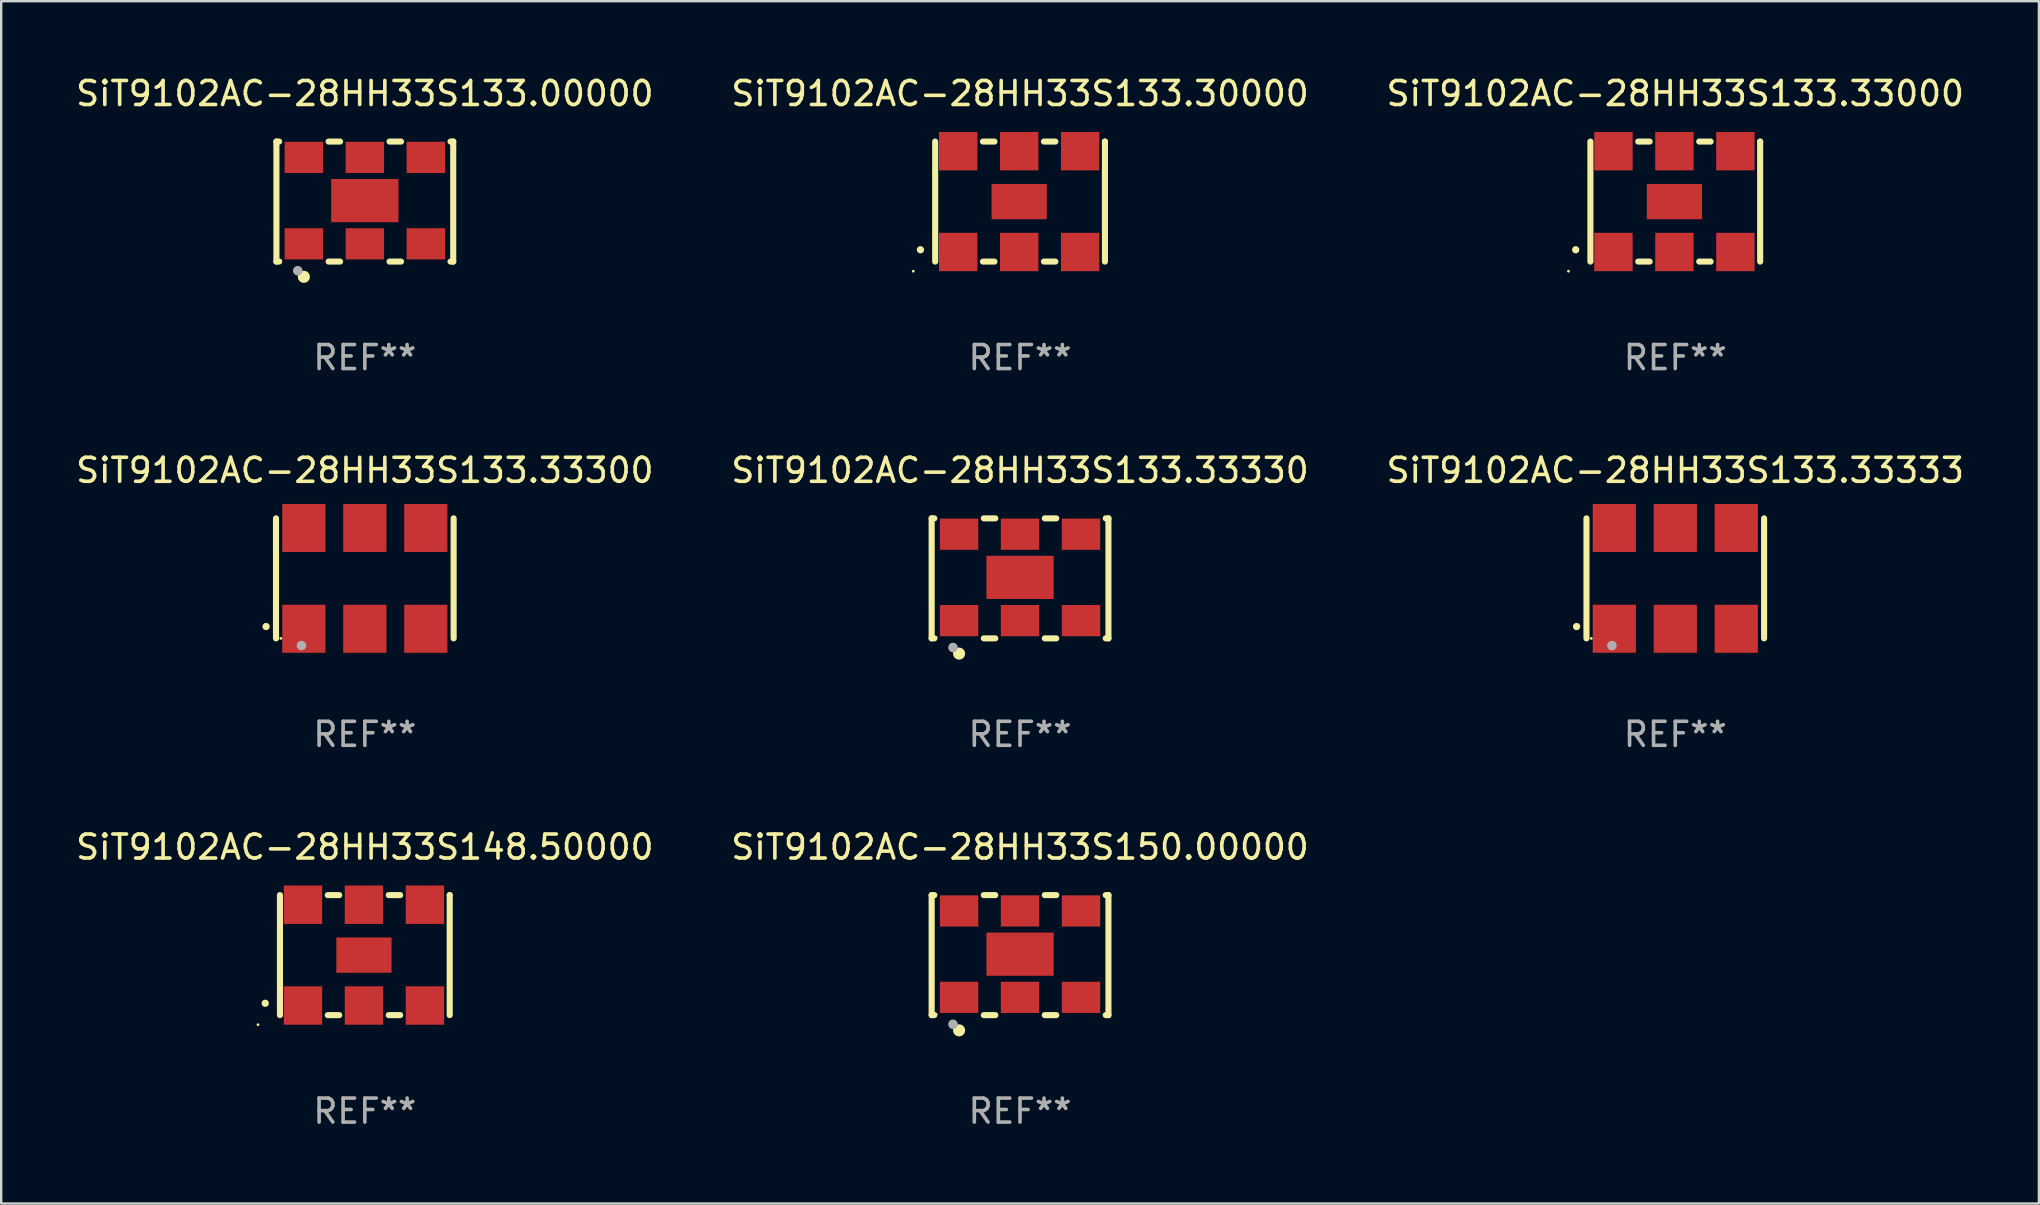
<source format=kicad_pcb>
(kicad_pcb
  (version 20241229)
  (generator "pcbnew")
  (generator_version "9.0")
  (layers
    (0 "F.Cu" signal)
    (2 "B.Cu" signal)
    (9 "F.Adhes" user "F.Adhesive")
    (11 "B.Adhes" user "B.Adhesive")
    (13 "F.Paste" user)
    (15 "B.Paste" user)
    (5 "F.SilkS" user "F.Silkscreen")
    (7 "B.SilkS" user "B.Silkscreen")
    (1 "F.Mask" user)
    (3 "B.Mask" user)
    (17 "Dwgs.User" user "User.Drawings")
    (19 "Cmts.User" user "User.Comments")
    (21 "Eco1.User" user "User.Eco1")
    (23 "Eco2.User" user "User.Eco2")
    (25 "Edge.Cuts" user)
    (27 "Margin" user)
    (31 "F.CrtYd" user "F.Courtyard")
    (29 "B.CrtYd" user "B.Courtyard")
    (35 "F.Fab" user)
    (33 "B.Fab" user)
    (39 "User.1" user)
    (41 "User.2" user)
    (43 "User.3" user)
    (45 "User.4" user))
  (footprint "SiT9102AC-28HH33S133.30000"
    (layer "F.Cu")
    (at 39.446 5.348)
    (property "Reference" "SiT9102AC-28HH33S133.30000" (at 0 -4.5 0) (layer "F.SilkS") (effects (font (size 1 1) (thickness 0.15))))
    (attr through_hole)
    (fp_line (start -3.536 -2.5) (end -3.536 2.5) (stroke (width 0.254) (type solid)) (layer "F.SilkS"))
    (fp_line (start -1.544 2.5) (end -1.067 2.5) (stroke (width 0.254) (type solid)) (layer "F.SilkS"))
    (fp_line (start -1.067 -2.5) (end -1.544 -2.5) (stroke (width 0.254) (type solid)) (layer "F.SilkS"))
    (fp_line (start 0.996 2.5) (end 1.473 2.5) (stroke (width 0.254) (type solid)) (layer "F.SilkS"))
    (fp_line (start 1.473 -2.5) (end 0.996 -2.5) (stroke (width 0.254) (type solid)) (layer "F.SilkS"))
    (fp_line (start 3.536 -2.5) (end 3.536 -2.5) (stroke (width 0.254) (type solid)) (layer "F.SilkS"))
    (fp_line (start 3.536 2.5) (end 3.536 -2.5) (stroke (width 0.254) (type solid)) (layer "F.SilkS"))
    (fp_arc (start -4.150432 2.006604) (mid -4.149162 2.006599) (end -4.147892 2.006604) (stroke (width 0.3) (type solid)) (layer "F.SilkS"))
    (fp_circle (center -4.449 2.9) (end -4.419 2.9) (stroke (width 0.06) (type solid)) (fill no) (layer "F.SilkS"))
    (fp_text user "REF**" (at 0 6.5 0) (layer "F.Fab") (effects (font (size 1 1) (thickness 0.15))))
    (pad "1" smd rect (at -2.576 2.1) (size 1.6 1.6) (layers "F.Cu" "F.Mask" "F.Paste"))
    (pad "2" smd rect (at -0.036 2.1) (size 1.6 1.6) (layers "F.Cu" "F.Mask" "F.Paste"))
    (pad "3" smd rect (at 2.504 2.1) (size 1.6 1.6) (layers "F.Cu" "F.Mask" "F.Paste"))
    (pad "4" smd rect (at 2.504 -2.1) (size 1.6 1.6) (layers "F.Cu" "F.Mask" "F.Paste"))
    (pad "5" smd rect (at -0.036 -2.1) (size 1.6 1.6) (layers "F.Cu" "F.Mask" "F.Paste"))
    (pad "6" smd rect (at -2.576 -2.1) (size 1.6 1.6) (layers "F.Cu" "F.Mask" "F.Paste"))
    (pad "7" smd rect (at -0.036 0) (size 2.3 1.47) (layers "F.Cu" "F.Mask" "F.Paste")))
  (footprint "SiT9102AC-28HH33S133.33300"
    (layer "F.Cu")
    (at 12.149 21.045)
    (property "Reference" "SiT9102AC-28HH33S133.33300" (at 0 -4.5 0) (layer "F.SilkS") (effects (font (size 1 1) (thickness 0.15))))
    (attr through_hole)
    (fp_line (start -3.7 -2.5) (end -3.7 2.5) (stroke (width 0.254) (type solid)) (layer "F.SilkS"))
    (fp_line (start 3.7 -2.5) (end 3.7 2.5) (stroke (width 0.254) (type solid)) (layer "F.SilkS"))
    (fp_arc (start -4.114415 2.006604) (mid -4.113145 2.006599) (end -4.111875 2.006604) (stroke (width 0.3) (type solid)) (layer "F.SilkS"))
    (fp_circle (center -3.5 2.501) (end -3.47 2.501) (stroke (width 0.06) (type solid)) (fill no) (layer "F.SilkS"))
    (fp_circle (center -2.641 2.799) (end -2.541 2.799) (stroke (width 0.2) (type solid)) (fill no) (layer "F.Fab"))
    (fp_text user "REF**" (at 0 6.5 0) (layer "F.Fab") (effects (font (size 1 1) (thickness 0.15))))
    (pad "1" smd rect (at -2.54 2.1) (size 1.8 2) (layers "F.Cu" "F.Mask" "F.Paste"))
    (pad "2" smd rect (at 0.000394 2.1) (size 1.8 2) (layers "F.Cu" "F.Mask" "F.Paste"))
    (pad "3" smd rect (at 2.54 2.1) (size 1.8 2) (layers "F.Cu" "F.Mask" "F.Paste"))
    (pad "4" smd rect (at 2.54 -2.1) (size 1.8 2) (layers "F.Cu" "F.Mask" "F.Paste"))
    (pad "5" smd rect (at 0.000394 -2.1) (size 1.8 2) (layers "F.Cu" "F.Mask" "F.Paste"))
    (pad "6" smd rect (at -2.54 -2.1) (size 1.8 2) (layers "F.Cu" "F.Mask" "F.Paste")))
  (footprint "SiT9102AC-28HH33S133.33000"
    (layer "F.Cu")
    (at 66.744 5.348)
    (property "Reference" "SiT9102AC-28HH33S133.33000" (at 0 -4.5 0) (layer "F.SilkS") (effects (font (size 1 1) (thickness 0.15))))
    (attr through_hole)
    (fp_line (start -3.536 -2.5) (end -3.536 2.5) (stroke (width 0.254) (type solid)) (layer "F.SilkS"))
    (fp_line (start -1.544 2.5) (end -1.067 2.5) (stroke (width 0.254) (type solid)) (layer "F.SilkS"))
    (fp_line (start -1.067 -2.5) (end -1.544 -2.5) (stroke (width 0.254) (type solid)) (layer "F.SilkS"))
    (fp_line (start 0.996 2.5) (end 1.473 2.5) (stroke (width 0.254) (type solid)) (layer "F.SilkS"))
    (fp_line (start 1.473 -2.5) (end 0.996 -2.5) (stroke (width 0.254) (type solid)) (layer "F.SilkS"))
    (fp_line (start 3.536 -2.5) (end 3.536 -2.5) (stroke (width 0.254) (type solid)) (layer "F.SilkS"))
    (fp_line (start 3.536 2.5) (end 3.536 -2.5) (stroke (width 0.254) (type solid)) (layer "F.SilkS"))
    (fp_arc (start -4.150432 2.006604) (mid -4.149162 2.006599) (end -4.147892 2.006604) (stroke (width 0.3) (type solid)) (layer "F.SilkS"))
    (fp_circle (center -4.449 2.9) (end -4.419 2.9) (stroke (width 0.06) (type solid)) (fill no) (layer "F.SilkS"))
    (fp_text user "REF**" (at 0 6.5 0) (layer "F.Fab") (effects (font (size 1 1) (thickness 0.15))))
    (pad "1" smd rect (at -2.576 2.1) (size 1.6 1.6) (layers "F.Cu" "F.Mask" "F.Paste"))
    (pad "2" smd rect (at -0.036 2.1) (size 1.6 1.6) (layers "F.Cu" "F.Mask" "F.Paste"))
    (pad "3" smd rect (at 2.504 2.1) (size 1.6 1.6) (layers "F.Cu" "F.Mask" "F.Paste"))
    (pad "4" smd rect (at 2.504 -2.1) (size 1.6 1.6) (layers "F.Cu" "F.Mask" "F.Paste"))
    (pad "5" smd rect (at -0.036 -2.1) (size 1.6 1.6) (layers "F.Cu" "F.Mask" "F.Paste"))
    (pad "6" smd rect (at -2.576 -2.1) (size 1.6 1.6) (layers "F.Cu" "F.Mask" "F.Paste"))
    (pad "7" smd rect (at -0.036 0) (size 2.3 1.47) (layers "F.Cu" "F.Mask" "F.Paste")))
  (footprint "SiT9102AC-28HH33S133.33333"
    (layer "F.Cu")
    (at 66.744 21.045)
    (property "Reference" "SiT9102AC-28HH33S133.33333" (at 0 -4.5 0) (layer "F.SilkS") (effects (font (size 1 1) (thickness 0.15))))
    (attr through_hole)
    (fp_line (start -3.7 -2.5) (end -3.7 2.5) (stroke (width 0.254) (type solid)) (layer "F.SilkS"))
    (fp_line (start 3.7 -2.5) (end 3.7 2.5) (stroke (width 0.254) (type solid)) (layer "F.SilkS"))
    (fp_arc (start -4.114415 2.006604) (mid -4.113145 2.006599) (end -4.111875 2.006604) (stroke (width 0.3) (type solid)) (layer "F.SilkS"))
    (fp_circle (center -3.5 2.501) (end -3.47 2.501) (stroke (width 0.06) (type solid)) (fill no) (layer "F.SilkS"))
    (fp_circle (center -2.641 2.799) (end -2.541 2.799) (stroke (width 0.2) (type solid)) (fill no) (layer "F.Fab"))
    (fp_text user "REF**" (at 0 6.5 0) (layer "F.Fab") (effects (font (size 1 1) (thickness 0.15))))
    (pad "1" smd rect (at -2.54 2.1) (size 1.8 2) (layers "F.Cu" "F.Mask" "F.Paste"))
    (pad "2" smd rect (at 0.000394 2.1) (size 1.8 2) (layers "F.Cu" "F.Mask" "F.Paste"))
    (pad "3" smd rect (at 2.54 2.1) (size 1.8 2) (layers "F.Cu" "F.Mask" "F.Paste"))
    (pad "4" smd rect (at 2.54 -2.1) (size 1.8 2) (layers "F.Cu" "F.Mask" "F.Paste"))
    (pad "5" smd rect (at 0.000394 -2.1) (size 1.8 2) (layers "F.Cu" "F.Mask" "F.Paste"))
    (pad "6" smd rect (at -2.54 -2.1) (size 1.8 2) (layers "F.Cu" "F.Mask" "F.Paste")))
  (footprint "SiT9102AC-28HH33S133.00000"
    (layer "F.Cu")
    (at 12.149 5.348)
    (property "Reference" "SiT9102AC-28HH33S133.00000" (at 0 -4.5 0) (layer "F.SilkS") (effects (font (size 1 1) (thickness 0.15))))
    (attr through_hole)
    (fp_line (start -3.683 -2.5) (end -3.571 -2.5) (stroke (width 0.254) (type solid)) (layer "F.SilkS"))
    (fp_line (start -3.683 2.5) (end -3.683 -2.5) (stroke (width 0.254) (type solid)) (layer "F.SilkS"))
    (fp_line (start -3.683 2.5) (end -3.571 2.5) (stroke (width 0.254) (type solid)) (layer "F.SilkS"))
    (fp_line (start -1.509 -2.5) (end -1.031 -2.5) (stroke (width 0.254) (type solid)) (layer "F.SilkS"))
    (fp_line (start -1.509 2.5) (end -1.031 2.5) (stroke (width 0.254) (type solid)) (layer "F.SilkS"))
    (fp_line (start 1.031 -2.5) (end 1.509 -2.5) (stroke (width 0.254) (type solid)) (layer "F.SilkS"))
    (fp_line (start 1.031 2.5) (end 1.509 2.5) (stroke (width 0.254) (type solid)) (layer "F.SilkS"))
    (fp_line (start 3.571 -2.5) (end 3.683 -2.5) (stroke (width 0.254) (type solid)) (layer "F.SilkS"))
    (fp_line (start 3.571 2.5) (end 3.683 2.5) (stroke (width 0.254) (type solid)) (layer "F.SilkS"))
    (fp_line (start 3.683 2.5) (end 3.683 -2.5) (stroke (width 0.254) (type solid)) (layer "F.SilkS"))
    (fp_circle (center -3.5 2.46) (end -3.47 2.46) (stroke (width 0.06) (type solid)) (fill no) (layer "F.SilkS"))
    (fp_circle (center -2.54 3.135) (end -2.413 3.135) (stroke (width 0.254) (type solid)) (fill no) (layer "F.SilkS"))
    (fp_circle (center -2.794 2.881) (end -2.694 2.881) (stroke (width 0.2) (type solid)) (fill no) (layer "F.Fab"))
    (fp_text user "REF**" (at 0 6.5 0) (layer "F.Fab") (effects (font (size 1 1) (thickness 0.15))))
    (pad "1" smd rect (at -2.54 1.76) (size 1.6 1.3) (layers "F.Cu" "F.Mask" "F.Paste"))
    (pad "2" smd rect (at 0 1.76) (size 1.6 1.3) (layers "F.Cu" "F.Mask" "F.Paste"))
    (pad "3" smd rect (at 2.54 1.76) (size 1.6 1.3) (layers "F.Cu" "F.Mask" "F.Paste"))
    (pad "4" smd rect (at 2.54 -1.84) (size 1.6 1.3) (layers "F.Cu" "F.Mask" "F.Paste"))
    (pad "5" smd rect (at 0 -1.84) (size 1.6 1.3) (layers "F.Cu" "F.Mask" "F.Paste"))
    (pad "6" smd rect (at -2.54 -1.84) (size 1.6 1.3) (layers "F.Cu" "F.Mask" "F.Paste"))
    (pad "7" smd rect (at 0 -0.04) (size 2.8 1.8) (layers "F.Cu" "F.Mask" "F.Paste")))
  (footprint "SiT9102AC-28HH33S133.33330"
    (layer "F.Cu")
    (at 39.446 21.045)
    (property "Reference" "SiT9102AC-28HH33S133.33330" (at 0 -4.5 0) (layer "F.SilkS") (effects (font (size 1 1) (thickness 0.15))))
    (attr through_hole)
    (fp_line (start -3.683 -2.5) (end -3.571 -2.5) (stroke (width 0.254) (type solid)) (layer "F.SilkS"))
    (fp_line (start -3.683 2.5) (end -3.683 -2.5) (stroke (width 0.254) (type solid)) (layer "F.SilkS"))
    (fp_line (start -3.683 2.5) (end -3.571 2.5) (stroke (width 0.254) (type solid)) (layer "F.SilkS"))
    (fp_line (start -1.509 -2.5) (end -1.031 -2.5) (stroke (width 0.254) (type solid)) (layer "F.SilkS"))
    (fp_line (start -1.509 2.5) (end -1.031 2.5) (stroke (width 0.254) (type solid)) (layer "F.SilkS"))
    (fp_line (start 1.031 -2.5) (end 1.509 -2.5) (stroke (width 0.254) (type solid)) (layer "F.SilkS"))
    (fp_line (start 1.031 2.5) (end 1.509 2.5) (stroke (width 0.254) (type solid)) (layer "F.SilkS"))
    (fp_line (start 3.571 -2.5) (end 3.683 -2.5) (stroke (width 0.254) (type solid)) (layer "F.SilkS"))
    (fp_line (start 3.571 2.5) (end 3.683 2.5) (stroke (width 0.254) (type solid)) (layer "F.SilkS"))
    (fp_line (start 3.683 2.5) (end 3.683 -2.5) (stroke (width 0.254) (type solid)) (layer "F.SilkS"))
    (fp_circle (center -3.5 2.46) (end -3.47 2.46) (stroke (width 0.06) (type solid)) (fill no) (layer "F.SilkS"))
    (fp_circle (center -2.54 3.135) (end -2.413 3.135) (stroke (width 0.254) (type solid)) (fill no) (layer "F.SilkS"))
    (fp_circle (center -2.794 2.881) (end -2.694 2.881) (stroke (width 0.2) (type solid)) (fill no) (layer "F.Fab"))
    (fp_text user "REF**" (at 0 6.5 0) (layer "F.Fab") (effects (font (size 1 1) (thickness 0.15))))
    (pad "1" smd rect (at -2.54 1.76) (size 1.6 1.3) (layers "F.Cu" "F.Mask" "F.Paste"))
    (pad "2" smd rect (at 0 1.76) (size 1.6 1.3) (layers "F.Cu" "F.Mask" "F.Paste"))
    (pad "3" smd rect (at 2.54 1.76) (size 1.6 1.3) (layers "F.Cu" "F.Mask" "F.Paste"))
    (pad "4" smd rect (at 2.54 -1.84) (size 1.6 1.3) (layers "F.Cu" "F.Mask" "F.Paste"))
    (pad "5" smd rect (at 0 -1.84) (size 1.6 1.3) (layers "F.Cu" "F.Mask" "F.Paste"))
    (pad "6" smd rect (at -2.54 -1.84) (size 1.6 1.3) (layers "F.Cu" "F.Mask" "F.Paste"))
    (pad "7" smd rect (at 0 -0.04) (size 2.8 1.8) (layers "F.Cu" "F.Mask" "F.Paste")))
  (footprint "SiT9102AC-28HH33S148.50000"
    (layer "F.Cu")
    (at 12.149 36.741)
    (property "Reference" "SiT9102AC-28HH33S148.50000" (at 0 -4.5 0) (layer "F.SilkS") (effects (font (size 1 1) (thickness 0.15))))
    (attr through_hole)
    (fp_line (start -3.536 -2.5) (end -3.536 2.5) (stroke (width 0.254) (type solid)) (layer "F.SilkS"))
    (fp_line (start -1.544 2.5) (end -1.067 2.5) (stroke (width 0.254) (type solid)) (layer "F.SilkS"))
    (fp_line (start -1.067 -2.5) (end -1.544 -2.5) (stroke (width 0.254) (type solid)) (layer "F.SilkS"))
    (fp_line (start 0.996 2.5) (end 1.473 2.5) (stroke (width 0.254) (type solid)) (layer "F.SilkS"))
    (fp_line (start 1.473 -2.5) (end 0.996 -2.5) (stroke (width 0.254) (type solid)) (layer "F.SilkS"))
    (fp_line (start 3.536 -2.5) (end 3.536 -2.5) (stroke (width 0.254) (type solid)) (layer "F.SilkS"))
    (fp_line (start 3.536 2.5) (end 3.536 -2.5) (stroke (width 0.254) (type solid)) (layer "F.SilkS"))
    (fp_arc (start -4.150432 2.006604) (mid -4.149162 2.006599) (end -4.147892 2.006604) (stroke (width 0.3) (type solid)) (layer "F.SilkS"))
    (fp_circle (center -4.449 2.9) (end -4.419 2.9) (stroke (width 0.06) (type solid)) (fill no) (layer "F.SilkS"))
    (fp_text user "REF**" (at 0 6.5 0) (layer "F.Fab") (effects (font (size 1 1) (thickness 0.15))))
    (pad "1" smd rect (at -2.576 2.1) (size 1.6 1.6) (layers "F.Cu" "F.Mask" "F.Paste"))
    (pad "2" smd rect (at -0.036 2.1) (size 1.6 1.6) (layers "F.Cu" "F.Mask" "F.Paste"))
    (pad "3" smd rect (at 2.504 2.1) (size 1.6 1.6) (layers "F.Cu" "F.Mask" "F.Paste"))
    (pad "4" smd rect (at 2.504 -2.1) (size 1.6 1.6) (layers "F.Cu" "F.Mask" "F.Paste"))
    (pad "5" smd rect (at -0.036 -2.1) (size 1.6 1.6) (layers "F.Cu" "F.Mask" "F.Paste"))
    (pad "6" smd rect (at -2.576 -2.1) (size 1.6 1.6) (layers "F.Cu" "F.Mask" "F.Paste"))
    (pad "7" smd rect (at -0.036 0) (size 2.3 1.47) (layers "F.Cu" "F.Mask" "F.Paste")))
  (footprint "SiT9102AC-28HH33S150.00000"
    (layer "F.Cu")
    (at 39.446 36.741)
    (property "Reference" "SiT9102AC-28HH33S150.00000" (at 0 -4.5 0) (layer "F.SilkS") (effects (font (size 1 1) (thickness 0.15))))
    (attr through_hole)
    (fp_line (start -3.683 -2.5) (end -3.571 -2.5) (stroke (width 0.254) (type solid)) (layer "F.SilkS"))
    (fp_line (start -3.683 2.5) (end -3.683 -2.5) (stroke (width 0.254) (type solid)) (layer "F.SilkS"))
    (fp_line (start -3.683 2.5) (end -3.571 2.5) (stroke (width 0.254) (type solid)) (layer "F.SilkS"))
    (fp_line (start -1.509 -2.5) (end -1.031 -2.5) (stroke (width 0.254) (type solid)) (layer "F.SilkS"))
    (fp_line (start -1.509 2.5) (end -1.031 2.5) (stroke (width 0.254) (type solid)) (layer "F.SilkS"))
    (fp_line (start 1.031 -2.5) (end 1.509 -2.5) (stroke (width 0.254) (type solid)) (layer "F.SilkS"))
    (fp_line (start 1.031 2.5) (end 1.509 2.5) (stroke (width 0.254) (type solid)) (layer "F.SilkS"))
    (fp_line (start 3.571 -2.5) (end 3.683 -2.5) (stroke (width 0.254) (type solid)) (layer "F.SilkS"))
    (fp_line (start 3.571 2.5) (end 3.683 2.5) (stroke (width 0.254) (type solid)) (layer "F.SilkS"))
    (fp_line (start 3.683 2.5) (end 3.683 -2.5) (stroke (width 0.254) (type solid)) (layer "F.SilkS"))
    (fp_circle (center -3.5 2.46) (end -3.47 2.46) (stroke (width 0.06) (type solid)) (fill no) (layer "F.SilkS"))
    (fp_circle (center -2.54 3.135) (end -2.413 3.135) (stroke (width 0.254) (type solid)) (fill no) (layer "F.SilkS"))
    (fp_circle (center -2.794 2.881) (end -2.694 2.881) (stroke (width 0.2) (type solid)) (fill no) (layer "F.Fab"))
    (fp_text user "REF**" (at 0 6.5 0) (layer "F.Fab") (effects (font (size 1 1) (thickness 0.15))))
    (pad "1" smd rect (at -2.54 1.76) (size 1.6 1.3) (layers "F.Cu" "F.Mask" "F.Paste"))
    (pad "2" smd rect (at 0 1.76) (size 1.6 1.3) (layers "F.Cu" "F.Mask" "F.Paste"))
    (pad "3" smd rect (at 2.54 1.76) (size 1.6 1.3) (layers "F.Cu" "F.Mask" "F.Paste"))
    (pad "4" smd rect (at 2.54 -1.84) (size 1.6 1.3) (layers "F.Cu" "F.Mask" "F.Paste"))
    (pad "5" smd rect (at 0 -1.84) (size 1.6 1.3) (layers "F.Cu" "F.Mask" "F.Paste"))
    (pad "6" smd rect (at -2.54 -1.84) (size 1.6 1.3) (layers "F.Cu" "F.Mask" "F.Paste"))
    (pad "7" smd rect (at 0 -0.04) (size 2.8 1.8) (layers "F.Cu" "F.Mask" "F.Paste")))
  (gr_rect
    (start -3 -3)
    (end 81.893 47.09)
    (stroke (width 0.1) (type default))
    (fill no)
    (layer "Edge.Cuts")))
</source>
